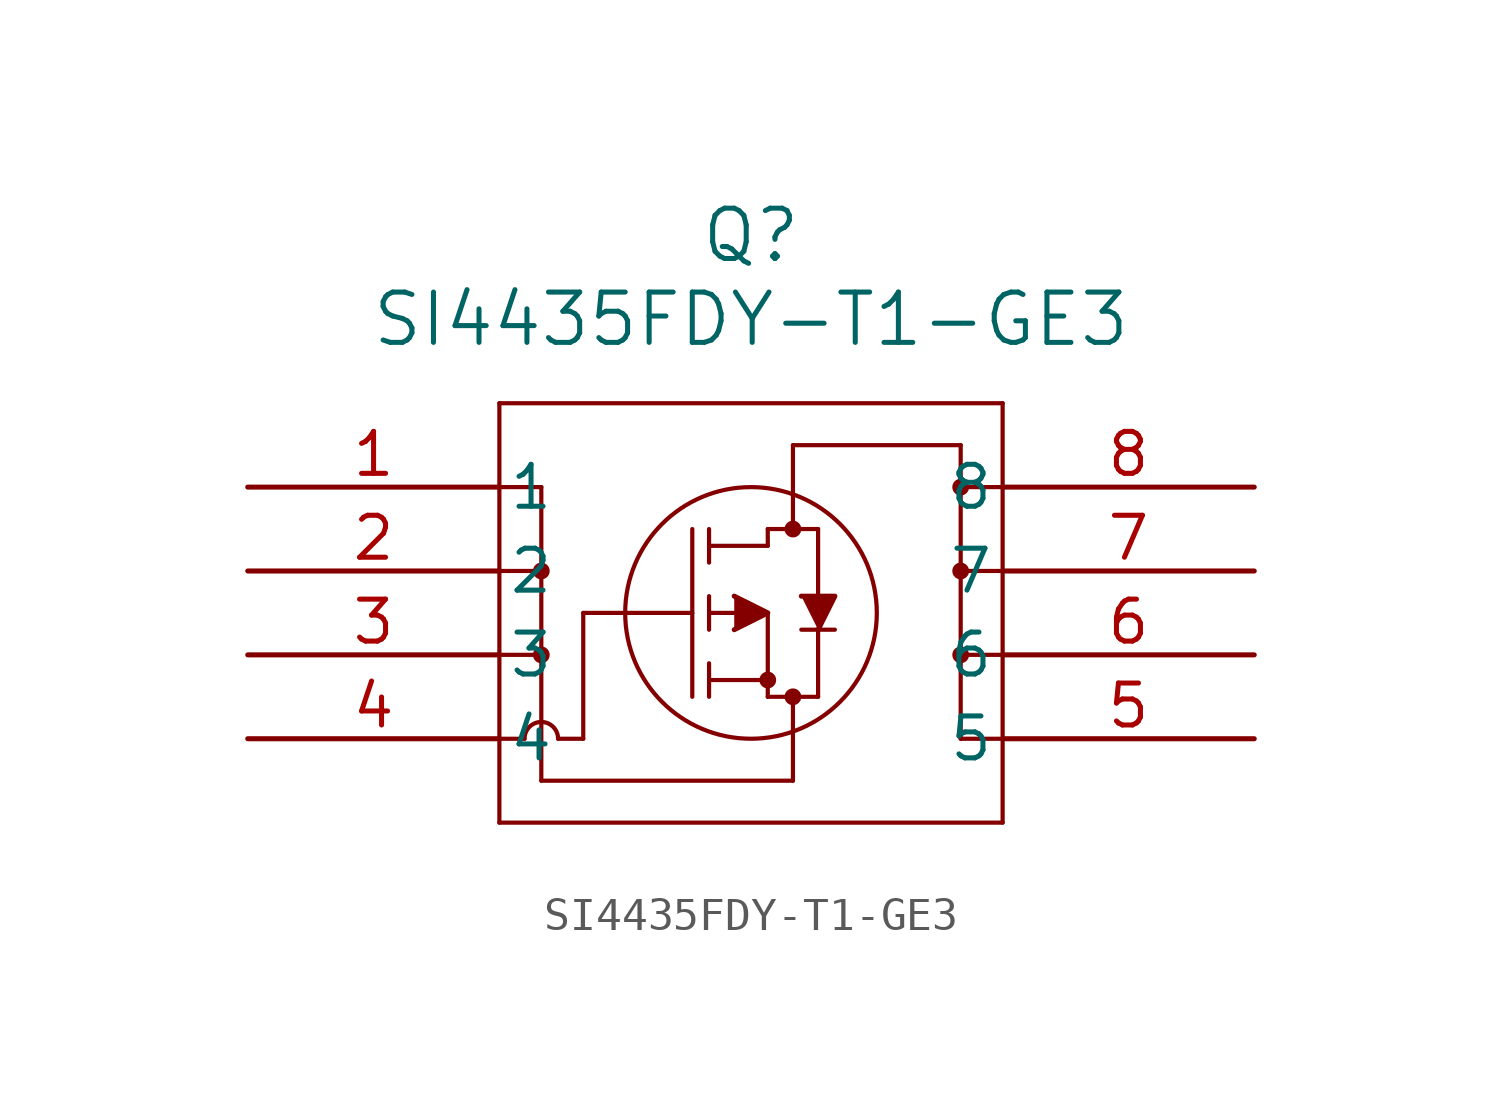
<source format=kicad_sym>
(kicad_symbol_lib
  (version 20211014)
  (generator kicad_symbol_editor)
  (symbol "SI4435FDY-T1-GE3"
    (pin_names
      (offset 0.254))
    (property "Reference" "Q"
      (at 15.24 7.62 0)
      (effects (font (size 1.524 1.524))))
    (property "Value" "SI4435FDY-T1-GE3"
      (at 15.24 5.08 0)
      (effects (font (size 1.524 1.524))))
    (symbol "SI4435FDY-T1-GE3_0_1"
      (polyline (pts (xy 7.62 2.54) (xy 7.62 -10.16)) (stroke (width 0.127) (type default) (color 0 0 0 0)) (fill (type none)))
      (polyline (pts (xy 7.62 -10.16) (xy 22.86 -10.16)) (stroke (width 0.127) (type default) (color 0 0 0 0)) (fill (type none)))
      (polyline (pts (xy 22.86 -10.16) (xy 22.86 2.54)) (stroke (width 0.127) (type default) (color 0 0 0 0)) (fill (type none)))
      (polyline (pts (xy 22.86 2.54) (xy 7.62 2.54)) (stroke (width 0.127) (type default) (color 0 0 0 0)) (fill (type none)))
      (circle (center 16.51 -1.27) (radius 0.127) (stroke (width 0.254) (type default) (color 0 0 0 0)) (fill (type none)))
      (circle (center 16.51 -6.35) (radius 0.127) (stroke (width 0.254) (type default) (color 0 0 0 0)) (fill (type none)))
      (circle (center 15.748 -5.842) (radius 0.127) (stroke (width 0.254) (type default) (color 0 0 0 0)) (fill (type none)))
      (circle (center 15.24 -3.81) (radius 3.81) (stroke (width 0.127) (type default) (color 0 0 0 0)) (fill (type none)))
      (polyline (pts (xy 10.16 -3.81) (xy 13.462 -3.81)) (stroke (width 0.127) (type default) (color 0 0 0 0)) (fill (type none)))
      (polyline (pts (xy 13.462 -6.35) (xy 13.462 -1.27)) (stroke (width 0.127) (type default) (color 0 0 0 0)) (fill (type none)))
      (polyline (pts (xy 13.97 -4.318) (xy 13.97 -3.302)) (stroke (width 0.127) (type default) (color 0 0 0 0)) (fill (type none)))
      (polyline (pts (xy 13.97 -6.35) (xy 13.97 -5.334)) (stroke (width 0.127) (type default) (color 0 0 0 0)) (fill (type none)))
      (polyline (pts (xy 13.97 -2.286) (xy 13.97 -1.27)) (stroke (width 0.127) (type default) (color 0 0 0 0)) (fill (type none)))
      (polyline (pts (xy 14.732 -3.81) (xy 13.97 -3.81)) (stroke (width 0.127) (type default) (color 0 0 0 0)) (fill (type none)))
      (polyline (pts (xy 13.97 -5.842) (xy 15.748 -5.842)) (stroke (width 0.127) (type default) (color 0 0 0 0)) (fill (type none)))
      (polyline (pts (xy 15.748 -6.35) (xy 15.748 -3.81)) (stroke (width 0.127) (type default) (color 0 0 0 0)) (fill (type none)))
      (polyline (pts (xy 15.748 -6.35) (xy 17.272 -6.35)) (stroke (width 0.127) (type default) (color 0 0 0 0)) (fill (type none)))
      (polyline (pts (xy 13.97 -1.778) (xy 15.748 -1.778)) (stroke (width 0.127) (type default) (color 0 0 0 0)) (fill (type none)))
      (polyline (pts (xy 17.272 -3.302) (xy 17.272 -1.27)) (stroke (width 0.127) (type default) (color 0 0 0 0)) (fill (type none)))
      (polyline (pts (xy 17.272 -6.35) (xy 17.272 -4.318)) (stroke (width 0.127) (type default) (color 0 0 0 0)) (fill (type none)))
      (polyline (pts (xy 16.764 -4.318) (xy 17.78 -4.318)) (stroke (width 0.127) (type default) (color 0 0 0 0)) (fill (type none)))
      (polyline (pts (xy 15.748 -1.27) (xy 17.272 -1.27)) (stroke (width 0.127) (type default) (color 0 0 0 0)) (fill (type none)))
      (polyline (pts (xy 15.748 -1.778) (xy 15.748 -1.27)) (stroke (width 0.127) (type default) (color 0 0 0 0)) (fill (type none)))
      (polyline (pts (xy 7.62 -7.62) (xy 8.382 -7.62)) (stroke (width 0.127) (type default) (color 0 0 0 0)) (fill (type none)))
      (polyline (pts (xy 8.89 0) (xy 8.89 -8.89)) (stroke (width 0.127) (type default) (color 0 0 0 0)) (fill (type none)))
      (polyline (pts (xy 7.62 0) (xy 8.89 0)) (stroke (width 0.127) (type default) (color 0 0 0 0)) (fill (type none)))
      (polyline (pts (xy 7.62 -2.54) (xy 8.89 -2.54)) (stroke (width 0.127) (type default) (color 0 0 0 0)) (fill (type none)))
      (polyline (pts (xy 7.62 -5.08) (xy 8.89 -5.08)) (stroke (width 0.127) (type default) (color 0 0 0 0)) (fill (type none)))
      (arc (start 9.398 -7.62) (mid 8.89 -7.112) (end 8.382 -7.62) (stroke (width 0.127) (type default) (color 0 0 0 0)) (fill (type none)))
      (polyline (pts (xy 10.16 -7.62) (xy 9.398 -7.62)) (stroke (width 0.127) (type default) (color 0 0 0 0)) (fill (type none)))
      (polyline (pts (xy 8.89 -8.89) (xy 16.51 -8.89)) (stroke (width 0.127) (type default) (color 0 0 0 0)) (fill (type none)))
      (polyline (pts (xy 16.51 -8.89) (xy 16.51 -6.35)) (stroke (width 0.127) (type default) (color 0 0 0 0)) (fill (type none)))
      (polyline (pts (xy 22.86 -7.62) (xy 21.59 -7.62)) (stroke (width 0.127) (type default) (color 0 0 0 0)) (fill (type none)))
      (polyline (pts (xy 21.59 -7.62) (xy 21.59 1.27)) (stroke (width 0.127) (type default) (color 0 0 0 0)) (fill (type none)))
      (polyline (pts (xy 22.86 -5.08) (xy 21.59 -5.08)) (stroke (width 0.127) (type default) (color 0 0 0 0)) (fill (type none)))
      (polyline (pts (xy 22.86 -2.54) (xy 21.59 -2.54)) (stroke (width 0.127) (type default) (color 0 0 0 0)) (fill (type none)))
      (polyline (pts (xy 21.59 1.27) (xy 16.51 1.27)) (stroke (width 0.127) (type default) (color 0 0 0 0)) (fill (type none)))
      (polyline (pts (xy 16.51 1.27) (xy 16.51 -1.27)) (stroke (width 0.127) (type default) (color 0 0 0 0)) (fill (type none)))
      (circle (center 8.89 -2.54) (radius 0.127) (stroke (width 0.254) (type default) (color 0 0 0 0)) (fill (type none)))
      (circle (center 8.89 -5.08) (radius 0.127) (stroke (width 0.254) (type default) (color 0 0 0 0)) (fill (type none)))
      (polyline (pts (xy 10.16 -3.81) (xy 10.16 -7.62)) (stroke (width 0.127) (type default) (color 0 0 0 0)) (fill (type none)))
      (circle (center 21.59 0) (radius 0.127) (stroke (width 0.254) (type default) (color 0 0 0 0)) (fill (type none)))
      (circle (center 21.59 -2.54) (radius 0.127) (stroke (width 0.254) (type default) (color 0 0 0 0)) (fill (type none)))
      (circle (center 21.59 -5.08) (radius 0.127) (stroke (width 0.254) (type default) (color 0 0 0 0)) (fill (type none)))
      (polyline (pts (xy 14.732 -4.318) (xy 15.748 -3.81) (xy 14.732 -3.302)) (stroke (width 0) (type default) (color 0 0 0 0)) (fill (type outline)))
      (polyline (pts (xy 16.764 -3.302) (xy 17.78 -3.302) (xy 17.272 -4.318)) (stroke (width 0) (type default) (color 0 0 0 0)) (fill (type outline)))
      (polyline (pts (xy 22.86 0) (xy 21.59 0)) (stroke (width 0.127) (type default) (color 0 0 0 0)) (fill (type none)))
      (pin unspecified line (at 0 0 0) (length 7.62) (name "1" (effects (font (size 1.27 1.27)))) (number "1" (effects (font (size 1.27 1.27)))))
      (pin unspecified line (at 0 -2.54 0) (length 7.62) (name "2" (effects (font (size 1.27 1.27)))) (number "2" (effects (font (size 1.27 1.27)))))
      (pin unspecified line (at 0 -5.08 0) (length 7.62) (name "3" (effects (font (size 1.27 1.27)))) (number "3" (effects (font (size 1.27 1.27)))))
      (pin unspecified line (at 0 -7.62 0) (length 7.62) (name "4" (effects (font (size 1.27 1.27)))) (number "4" (effects (font (size 1.27 1.27)))))
      (pin unspecified line (at 30.48 -7.62 180) (length 7.62) (name "5" (effects (font (size 1.27 1.27)))) (number "5" (effects (font (size 1.27 1.27)))))
      (pin unspecified line (at 30.48 -5.08 180) (length 7.62) (name "6" (effects (font (size 1.27 1.27)))) (number "6" (effects (font (size 1.27 1.27)))))
      (pin unspecified line (at 30.48 -2.54 180) (length 7.62) (name "7" (effects (font (size 1.27 1.27)))) (number "7" (effects (font (size 1.27 1.27)))))
      (pin unspecified line (at 30.48 0 180) (length 7.62) (name "8" (effects (font (size 1.27 1.27)))) (number "8" (effects (font (size 1.27 1.27))))))))
</source>
